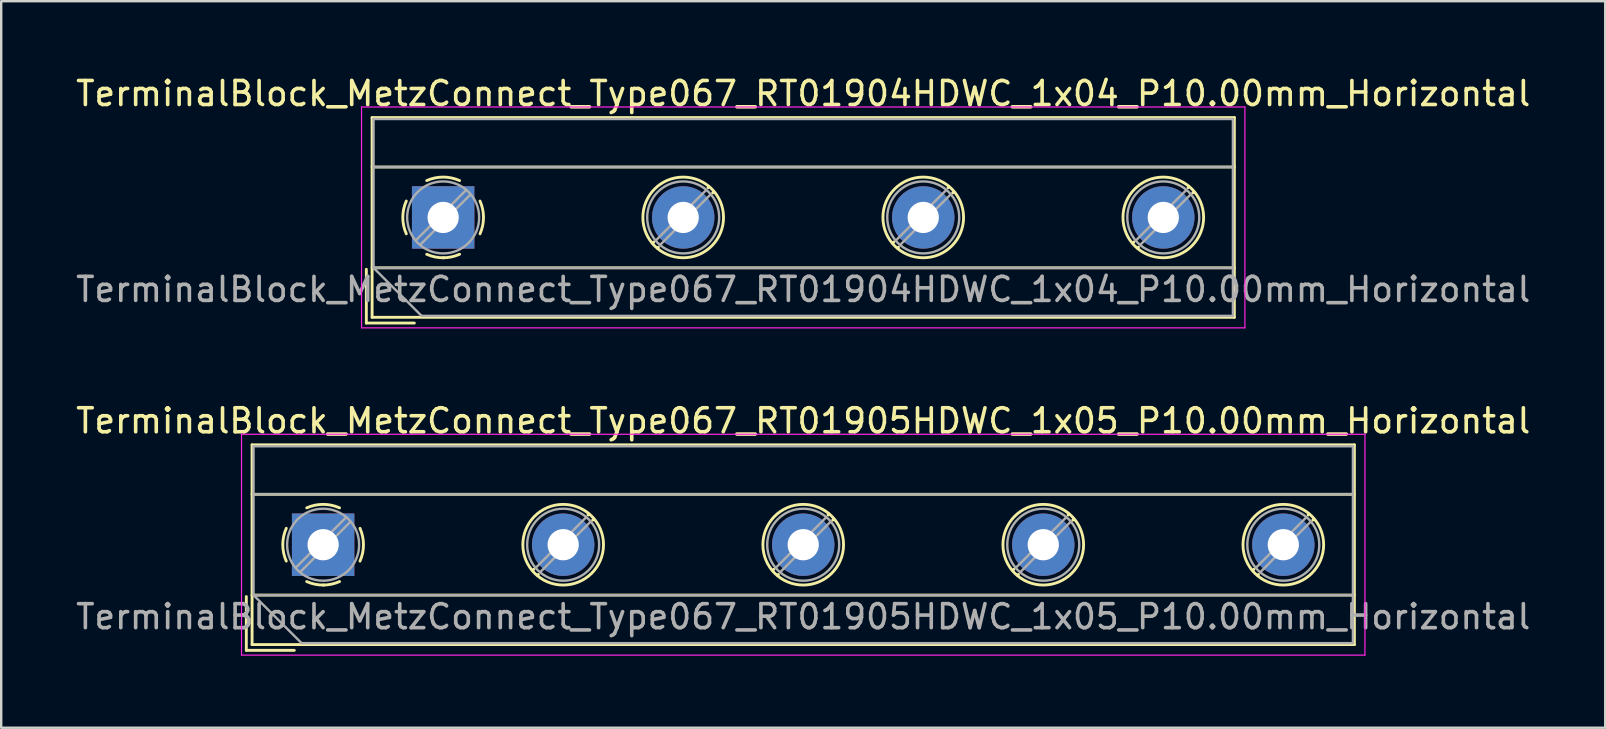
<source format=kicad_pcb>
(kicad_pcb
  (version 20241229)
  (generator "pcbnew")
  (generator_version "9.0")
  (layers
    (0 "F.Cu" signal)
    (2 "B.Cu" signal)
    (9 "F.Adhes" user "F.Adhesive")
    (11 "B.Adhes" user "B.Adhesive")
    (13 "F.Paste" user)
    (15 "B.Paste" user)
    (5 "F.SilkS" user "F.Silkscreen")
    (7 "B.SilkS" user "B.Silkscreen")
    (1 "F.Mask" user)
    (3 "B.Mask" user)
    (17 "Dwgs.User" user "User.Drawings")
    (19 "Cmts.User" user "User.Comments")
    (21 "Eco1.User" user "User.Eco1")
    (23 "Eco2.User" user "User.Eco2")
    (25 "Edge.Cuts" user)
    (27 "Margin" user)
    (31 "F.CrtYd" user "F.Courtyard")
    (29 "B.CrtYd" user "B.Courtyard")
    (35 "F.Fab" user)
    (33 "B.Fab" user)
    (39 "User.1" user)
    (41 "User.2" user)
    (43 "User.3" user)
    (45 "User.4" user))
  (footprint "TerminalBlock_MetzConnect_Type067_RT01904HDWC_1x04_P10.00mm_Horizontal"
    (layer "F.Cu")
    (at 15.411 6.008)
    (property "Reference" "TerminalBlock_MetzConnect_Type067_RT01904HDWC_1x04_P10.00mm_Horizontal" (at 15 -5.16 0) (layer "F.SilkS") (effects (font (size 1 1) (thickness 0.15))))
    (attr through_hole)
    (fp_line (start -3.2 2.16) (end -3.2 4.4) (stroke (width 0.12) (type solid)) (layer "F.SilkS"))
    (fp_line (start -3.2 4.4) (end -1.2 4.4) (stroke (width 0.12) (type solid)) (layer "F.SilkS"))
    (fp_line (start -2.96 -4.16) (end -2.96 4.16) (stroke (width 0.12) (type solid)) (layer "F.SilkS"))
    (fp_line (start -2.96 -4.16) (end 32.96 -4.16) (stroke (width 0.12) (type solid)) (layer "F.SilkS"))
    (fp_line (start -2.96 -2.1) (end 32.96 -2.1) (stroke (width 0.12) (type solid)) (layer "F.SilkS"))
    (fp_line (start -2.96 2.1) (end 32.96 2.1) (stroke (width 0.12) (type solid)) (layer "F.SilkS"))
    (fp_line (start -2.96 4.16) (end 32.96 4.16) (stroke (width 0.12) (type solid)) (layer "F.SilkS"))
    (fp_line (start 8.773 1.023) (end 8.726 1.069) (stroke (width 0.12) (type solid)) (layer "F.SilkS"))
    (fp_line (start 8.966 1.239) (end 8.931 1.274) (stroke (width 0.12) (type solid)) (layer "F.SilkS"))
    (fp_line (start 11.07 -1.275) (end 11.035 -1.239) (stroke (width 0.12) (type solid)) (layer "F.SilkS"))
    (fp_line (start 11.275 -1.069) (end 11.228 -1.023) (stroke (width 0.12) (type solid)) (layer "F.SilkS"))
    (fp_line (start 18.773 1.023) (end 18.726 1.069) (stroke (width 0.12) (type solid)) (layer "F.SilkS"))
    (fp_line (start 18.966 1.239) (end 18.931 1.274) (stroke (width 0.12) (type solid)) (layer "F.SilkS"))
    (fp_line (start 21.07 -1.275) (end 21.035 -1.239) (stroke (width 0.12) (type solid)) (layer "F.SilkS"))
    (fp_line (start 21.275 -1.069) (end 21.228 -1.023) (stroke (width 0.12) (type solid)) (layer "F.SilkS"))
    (fp_line (start 28.773 1.023) (end 28.726 1.069) (stroke (width 0.12) (type solid)) (layer "F.SilkS"))
    (fp_line (start 28.966 1.239) (end 28.931 1.274) (stroke (width 0.12) (type solid)) (layer "F.SilkS"))
    (fp_line (start 31.07 -1.275) (end 31.035 -1.239) (stroke (width 0.12) (type solid)) (layer "F.SilkS"))
    (fp_line (start 31.275 -1.069) (end 31.228 -1.023) (stroke (width 0.12) (type solid)) (layer "F.SilkS"))
    (fp_line (start 32.96 -4.16) (end 32.96 4.16) (stroke (width 0.12) (type solid)) (layer "F.SilkS"))
    (fp_arc (start -1.535427 0.683042) (mid -1.680501 -0.000524) (end -1.535 -0.684) (stroke (width 0.12) (type solid)) (layer "F.SilkS"))
    (fp_arc (start -0.683042 -1.535427) (mid 0.000524 -1.680501) (end 0.684 -1.535) (stroke (width 0.12) (type solid)) (layer "F.SilkS"))
    (fp_arc (start 0.028805 1.680253) (mid -0.335551 1.646659) (end -0.684 1.535) (stroke (width 0.12) (type solid)) (layer "F.SilkS"))
    (fp_arc (start 0.683318 1.534756) (mid 0.349292 1.643288) (end 0 1.68) (stroke (width 0.12) (type solid)) (layer "F.SilkS"))
    (fp_arc (start 1.535427 -0.683042) (mid 1.680501 0.000524) (end 1.535 0.684) (stroke (width 0.12) (type solid)) (layer "F.SilkS"))
    (fp_circle (center 10 0) (end 11.68 0) (stroke (width 0.12) (type solid)) (fill no) (layer "F.SilkS"))
    (fp_circle (center 20 0) (end 21.68 0) (stroke (width 0.12) (type solid)) (fill no) (layer "F.SilkS"))
    (fp_circle (center 30 0) (end 31.68 0) (stroke (width 0.12) (type solid)) (fill no) (layer "F.SilkS"))
    (fp_line (start -3.4 -4.6) (end -3.4 4.6) (stroke (width 0.05) (type solid)) (layer "F.CrtYd"))
    (fp_line (start -3.4 4.6) (end 33.4 4.6) (stroke (width 0.05) (type solid)) (layer "F.CrtYd"))
    (fp_line (start 33.4 -4.6) (end -3.4 -4.6) (stroke (width 0.05) (type solid)) (layer "F.CrtYd"))
    (fp_line (start 33.4 4.6) (end 33.4 -4.6) (stroke (width 0.05) (type solid)) (layer "F.CrtYd"))
    (fp_line (start -2.9 -4.1) (end 32.9 -4.1) (stroke (width 0.1) (type solid)) (layer "F.Fab"))
    (fp_line (start -2.9 -2.1) (end 32.9 -2.1) (stroke (width 0.1) (type solid)) (layer "F.Fab"))
    (fp_line (start -2.9 2.1) (end -2.9 -4.1) (stroke (width 0.1) (type solid)) (layer "F.Fab"))
    (fp_line (start -2.9 2.1) (end 32.9 2.1) (stroke (width 0.1) (type solid)) (layer "F.Fab"))
    (fp_line (start -0.9 4.1) (end -2.9 2.1) (stroke (width 0.1) (type solid)) (layer "F.Fab"))
    (fp_line (start 0.955 -1.138) (end -1.138 0.955) (stroke (width 0.1) (type solid)) (layer "F.Fab"))
    (fp_line (start 1.138 -0.955) (end -0.955 1.138) (stroke (width 0.1) (type solid)) (layer "F.Fab"))
    (fp_line (start 10.955 -1.138) (end 8.863 0.955) (stroke (width 0.1) (type solid)) (layer "F.Fab"))
    (fp_line (start 11.138 -0.955) (end 9.046 1.138) (stroke (width 0.1) (type solid)) (layer "F.Fab"))
    (fp_line (start 20.955 -1.138) (end 18.863 0.955) (stroke (width 0.1) (type solid)) (layer "F.Fab"))
    (fp_line (start 21.138 -0.955) (end 19.046 1.138) (stroke (width 0.1) (type solid)) (layer "F.Fab"))
    (fp_line (start 30.955 -1.138) (end 28.863 0.955) (stroke (width 0.1) (type solid)) (layer "F.Fab"))
    (fp_line (start 31.138 -0.955) (end 29.046 1.138) (stroke (width 0.1) (type solid)) (layer "F.Fab"))
    (fp_line (start 32.9 -4.1) (end 32.9 4.1) (stroke (width 0.1) (type solid)) (layer "F.Fab"))
    (fp_line (start 32.9 4.1) (end -0.9 4.1) (stroke (width 0.1) (type solid)) (layer "F.Fab"))
    (fp_circle (center 0 0) (end 1.5 0) (stroke (width 0.1) (type solid)) (fill no) (layer "F.Fab"))
    (fp_circle (center 10 0) (end 11.5 0) (stroke (width 0.1) (type solid)) (fill no) (layer "F.Fab"))
    (fp_circle (center 20 0) (end 21.5 0) (stroke (width 0.1) (type solid)) (fill no) (layer "F.Fab"))
    (fp_circle (center 30 0) (end 31.5 0) (stroke (width 0.1) (type solid)) (fill no) (layer "F.Fab"))
    (fp_text user "${REFERENCE}" (at 15 3 0) (layer "F.Fab") (effects (font (size 1 1) (thickness 0.15))))
    (pad "1" thru_hole rect (at 0 0) (size 2.6 2.6) (drill 1.3) (layers "*.Cu" "*.Mask"))
    (pad "2" thru_hole circle (at 10 0) (size 2.6 2.6) (drill 1.3) (layers "*.Cu" "*.Mask"))
    (pad "3" thru_hole circle (at 20 0) (size 2.6 2.6) (drill 1.3) (layers "*.Cu" "*.Mask"))
    (pad "4" thru_hole circle (at 30 0) (size 2.6 2.6) (drill 1.3) (layers "*.Cu" "*.Mask")))
  (footprint "TerminalBlock_MetzConnect_Type067_RT01905HDWC_1x05_P10.00mm_Horizontal"
    (layer "F.Cu")
    (at 10.411 19.642)
    (property "Reference" "TerminalBlock_MetzConnect_Type067_RT01905HDWC_1x05_P10.00mm_Horizontal" (at 20 -5.16 0) (layer "F.SilkS") (effects (font (size 1 1) (thickness 0.15))))
    (attr through_hole)
    (fp_line (start -3.2 2.16) (end -3.2 4.4) (stroke (width 0.12) (type solid)) (layer "F.SilkS"))
    (fp_line (start -3.2 4.4) (end -1.2 4.4) (stroke (width 0.12) (type solid)) (layer "F.SilkS"))
    (fp_line (start -2.96 -4.16) (end -2.96 4.16) (stroke (width 0.12) (type solid)) (layer "F.SilkS"))
    (fp_line (start -2.96 -4.16) (end 42.96 -4.16) (stroke (width 0.12) (type solid)) (layer "F.SilkS"))
    (fp_line (start -2.96 -2.1) (end 42.96 -2.1) (stroke (width 0.12) (type solid)) (layer "F.SilkS"))
    (fp_line (start -2.96 2.1) (end 42.96 2.1) (stroke (width 0.12) (type solid)) (layer "F.SilkS"))
    (fp_line (start -2.96 4.16) (end 42.96 4.16) (stroke (width 0.12) (type solid)) (layer "F.SilkS"))
    (fp_line (start 8.773 1.023) (end 8.726 1.069) (stroke (width 0.12) (type solid)) (layer "F.SilkS"))
    (fp_line (start 8.966 1.239) (end 8.931 1.274) (stroke (width 0.12) (type solid)) (layer "F.SilkS"))
    (fp_line (start 11.07 -1.275) (end 11.035 -1.239) (stroke (width 0.12) (type solid)) (layer "F.SilkS"))
    (fp_line (start 11.275 -1.069) (end 11.228 -1.023) (stroke (width 0.12) (type solid)) (layer "F.SilkS"))
    (fp_line (start 18.773 1.023) (end 18.726 1.069) (stroke (width 0.12) (type solid)) (layer "F.SilkS"))
    (fp_line (start 18.966 1.239) (end 18.931 1.274) (stroke (width 0.12) (type solid)) (layer "F.SilkS"))
    (fp_line (start 21.07 -1.275) (end 21.035 -1.239) (stroke (width 0.12) (type solid)) (layer "F.SilkS"))
    (fp_line (start 21.275 -1.069) (end 21.228 -1.023) (stroke (width 0.12) (type solid)) (layer "F.SilkS"))
    (fp_line (start 28.773 1.023) (end 28.726 1.069) (stroke (width 0.12) (type solid)) (layer "F.SilkS"))
    (fp_line (start 28.966 1.239) (end 28.931 1.274) (stroke (width 0.12) (type solid)) (layer "F.SilkS"))
    (fp_line (start 31.07 -1.275) (end 31.035 -1.239) (stroke (width 0.12) (type solid)) (layer "F.SilkS"))
    (fp_line (start 31.275 -1.069) (end 31.228 -1.023) (stroke (width 0.12) (type solid)) (layer "F.SilkS"))
    (fp_line (start 38.773 1.023) (end 38.726 1.069) (stroke (width 0.12) (type solid)) (layer "F.SilkS"))
    (fp_line (start 38.966 1.239) (end 38.931 1.274) (stroke (width 0.12) (type solid)) (layer "F.SilkS"))
    (fp_line (start 41.07 -1.275) (end 41.035 -1.239) (stroke (width 0.12) (type solid)) (layer "F.SilkS"))
    (fp_line (start 41.275 -1.069) (end 41.228 -1.023) (stroke (width 0.12) (type solid)) (layer "F.SilkS"))
    (fp_line (start 42.96 -4.16) (end 42.96 4.16) (stroke (width 0.12) (type solid)) (layer "F.SilkS"))
    (fp_arc (start -1.535427 0.683042) (mid -1.680501 -0.000524) (end -1.535 -0.684) (stroke (width 0.12) (type solid)) (layer "F.SilkS"))
    (fp_arc (start -0.683042 -1.535427) (mid 0.000524 -1.680501) (end 0.684 -1.535) (stroke (width 0.12) (type solid)) (layer "F.SilkS"))
    (fp_arc (start 0.028805 1.680253) (mid -0.335551 1.646659) (end -0.684 1.535) (stroke (width 0.12) (type solid)) (layer "F.SilkS"))
    (fp_arc (start 0.683318 1.534756) (mid 0.349292 1.643288) (end 0 1.68) (stroke (width 0.12) (type solid)) (layer "F.SilkS"))
    (fp_arc (start 1.535427 -0.683042) (mid 1.680501 0.000524) (end 1.535 0.684) (stroke (width 0.12) (type solid)) (layer "F.SilkS"))
    (fp_circle (center 10 0) (end 11.68 0) (stroke (width 0.12) (type solid)) (fill no) (layer "F.SilkS"))
    (fp_circle (center 20 0) (end 21.68 0) (stroke (width 0.12) (type solid)) (fill no) (layer "F.SilkS"))
    (fp_circle (center 30 0) (end 31.68 0) (stroke (width 0.12) (type solid)) (fill no) (layer "F.SilkS"))
    (fp_circle (center 40 0) (end 41.68 0) (stroke (width 0.12) (type solid)) (fill no) (layer "F.SilkS"))
    (fp_line (start -3.4 -4.6) (end -3.4 4.6) (stroke (width 0.05) (type solid)) (layer "F.CrtYd"))
    (fp_line (start -3.4 4.6) (end 43.4 4.6) (stroke (width 0.05) (type solid)) (layer "F.CrtYd"))
    (fp_line (start 43.4 -4.6) (end -3.4 -4.6) (stroke (width 0.05) (type solid)) (layer "F.CrtYd"))
    (fp_line (start 43.4 4.6) (end 43.4 -4.6) (stroke (width 0.05) (type solid)) (layer "F.CrtYd"))
    (fp_line (start -2.9 -4.1) (end 42.9 -4.1) (stroke (width 0.1) (type solid)) (layer "F.Fab"))
    (fp_line (start -2.9 -2.1) (end 42.9 -2.1) (stroke (width 0.1) (type solid)) (layer "F.Fab"))
    (fp_line (start -2.9 2.1) (end -2.9 -4.1) (stroke (width 0.1) (type solid)) (layer "F.Fab"))
    (fp_line (start -2.9 2.1) (end 42.9 2.1) (stroke (width 0.1) (type solid)) (layer "F.Fab"))
    (fp_line (start -0.9 4.1) (end -2.9 2.1) (stroke (width 0.1) (type solid)) (layer "F.Fab"))
    (fp_line (start 0.955 -1.138) (end -1.138 0.955) (stroke (width 0.1) (type solid)) (layer "F.Fab"))
    (fp_line (start 1.138 -0.955) (end -0.955 1.138) (stroke (width 0.1) (type solid)) (layer "F.Fab"))
    (fp_line (start 10.955 -1.138) (end 8.863 0.955) (stroke (width 0.1) (type solid)) (layer "F.Fab"))
    (fp_line (start 11.138 -0.955) (end 9.046 1.138) (stroke (width 0.1) (type solid)) (layer "F.Fab"))
    (fp_line (start 20.955 -1.138) (end 18.863 0.955) (stroke (width 0.1) (type solid)) (layer "F.Fab"))
    (fp_line (start 21.138 -0.955) (end 19.046 1.138) (stroke (width 0.1) (type solid)) (layer "F.Fab"))
    (fp_line (start 30.955 -1.138) (end 28.863 0.955) (stroke (width 0.1) (type solid)) (layer "F.Fab"))
    (fp_line (start 31.138 -0.955) (end 29.046 1.138) (stroke (width 0.1) (type solid)) (layer "F.Fab"))
    (fp_line (start 40.955 -1.138) (end 38.863 0.955) (stroke (width 0.1) (type solid)) (layer "F.Fab"))
    (fp_line (start 41.138 -0.955) (end 39.046 1.138) (stroke (width 0.1) (type solid)) (layer "F.Fab"))
    (fp_line (start 42.9 -4.1) (end 42.9 4.1) (stroke (width 0.1) (type solid)) (layer "F.Fab"))
    (fp_line (start 42.9 4.1) (end -0.9 4.1) (stroke (width 0.1) (type solid)) (layer "F.Fab"))
    (fp_circle (center 0 0) (end 1.5 0) (stroke (width 0.1) (type solid)) (fill no) (layer "F.Fab"))
    (fp_circle (center 10 0) (end 11.5 0) (stroke (width 0.1) (type solid)) (fill no) (layer "F.Fab"))
    (fp_circle (center 20 0) (end 21.5 0) (stroke (width 0.1) (type solid)) (fill no) (layer "F.Fab"))
    (fp_circle (center 30 0) (end 31.5 0) (stroke (width 0.1) (type solid)) (fill no) (layer "F.Fab"))
    (fp_circle (center 40 0) (end 41.5 0) (stroke (width 0.1) (type solid)) (fill no) (layer "F.Fab"))
    (fp_text user "${REFERENCE}" (at 20 3 0) (layer "F.Fab") (effects (font (size 1 1) (thickness 0.15))))
    (pad "1" thru_hole rect (at 0 0) (size 2.6 2.6) (drill 1.3) (layers "*.Cu" "*.Mask"))
    (pad "2" thru_hole circle (at 10 0) (size 2.6 2.6) (drill 1.3) (layers "*.Cu" "*.Mask"))
    (pad "3" thru_hole circle (at 20 0) (size 2.6 2.6) (drill 1.3) (layers "*.Cu" "*.Mask"))
    (pad "4" thru_hole circle (at 30 0) (size 2.6 2.6) (drill 1.3) (layers "*.Cu" "*.Mask"))
    (pad "5" thru_hole circle (at 40 0) (size 2.6 2.6) (drill 1.3) (layers "*.Cu" "*.Mask")))
  (gr_rect
    (start -3 -3)
    (end 63.821 27.267)
    (stroke (width 0.1) (type default))
    (fill no)
    (layer "Edge.Cuts")))
</source>
